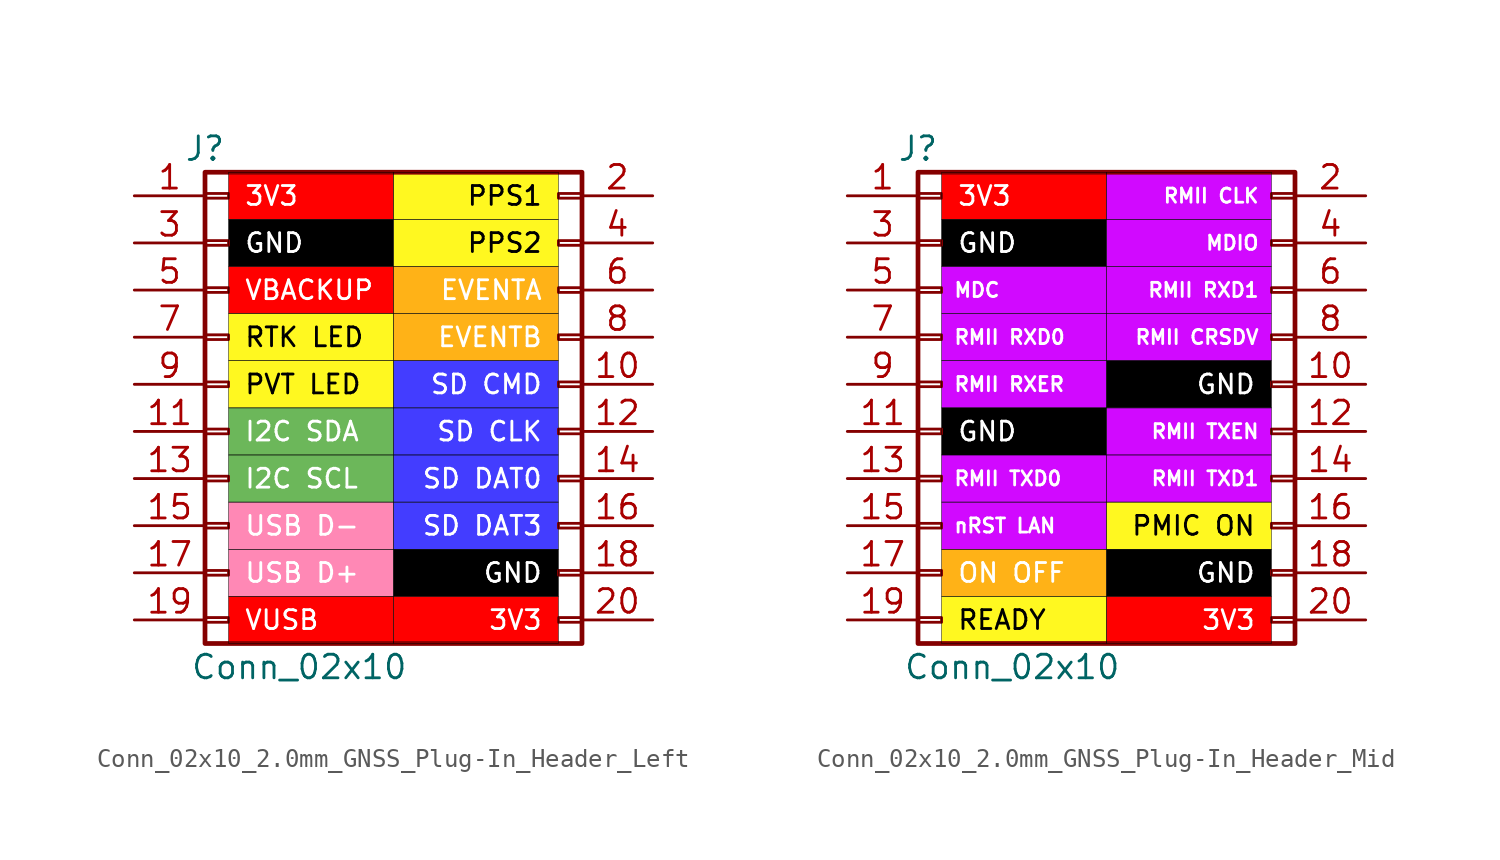
<source format=kicad_sym>
(kicad_symbol_lib
  (version 20231120)
  (generator "kicad_symbol_editor")
  (generator_version "8.0")
  (symbol "Conn_02x10_2.0mm_GNSS_Plug-In_Header_Left"
    (pin_names
      (offset 1.016) hide)
    (property "Reference" "J"
      (at -10.16 12.7 0)
      (effects (font (size 1.27 1.27))))
    (property "Value" "Conn_02x10"
      (at -5.08 -15.24 0)
      (effects (font (size 1.27 1.27))))
    (symbol "Conn_02x10_2.0mm_GNSS_Plug-In_Header_Left_1_1"
      (rectangle (start -10.16 -12.573) (end -8.89 -12.827) (stroke (width 0.152) (type default)) (fill (type none)))
      (rectangle (start -10.16 -10.033) (end -8.89 -10.287) (stroke (width 0.152) (type default)) (fill (type none)))
      (rectangle (start -10.16 -7.493) (end -8.89 -7.747) (stroke (width 0.152) (type default)) (fill (type none)))
      (rectangle (start -10.16 -4.953) (end -8.89 -5.207) (stroke (width 0.152) (type default)) (fill (type none)))
      (rectangle (start -10.16 -2.413) (end -8.89 -2.667) (stroke (width 0.152) (type default)) (fill (type none)))
      (rectangle (start -10.16 0.127) (end -8.89 -0.127) (stroke (width 0.152) (type default)) (fill (type none)))
      (rectangle (start -10.16 2.667) (end -8.89 2.413) (stroke (width 0.152) (type default)) (fill (type none)))
      (rectangle (start -10.16 5.207) (end -8.89 4.953) (stroke (width 0.152) (type default)) (fill (type none)))
      (rectangle (start -10.16 7.747) (end -8.89 7.493) (stroke (width 0.152) (type default)) (fill (type none)))
      (rectangle (start -10.16 10.287) (end -8.89 10.033) (stroke (width 0.152) (type default)) (fill (type none)))
      (rectangle (start -10.16 11.43) (end 10.16 -13.97) (stroke (width 0.254) (type default)) (fill (type none)))
      (rectangle (start 8.89 -12.573) (end 10.16 -12.827) (stroke (width 0.152) (type default)) (fill (type none)))
      (rectangle (start 8.89 -10.033) (end 10.16 -10.287) (stroke (width 0.152) (type default)) (fill (type none)))
      (rectangle (start 8.89 -7.493) (end 10.16 -7.747) (stroke (width 0.152) (type default)) (fill (type none)))
      (rectangle (start 8.89 -4.953) (end 10.16 -5.207) (stroke (width 0.152) (type default)) (fill (type none)))
      (rectangle (start 8.89 -2.413) (end 10.16 -2.667) (stroke (width 0.152) (type default)) (fill (type none)))
      (rectangle (start 8.89 0.127) (end 10.16 -0.127) (stroke (width 0.152) (type default)) (fill (type none)))
      (rectangle (start 8.89 2.667) (end 10.16 2.413) (stroke (width 0.152) (type default)) (fill (type none)))
      (rectangle (start 8.89 5.207) (end 10.16 4.953) (stroke (width 0.152) (type default)) (fill (type none)))
      (rectangle (start 8.89 7.747) (end 10.16 7.493) (stroke (width 0.152) (type default)) (fill (type none)))
      (rectangle (start 8.89 10.287) (end 10.16 10.033) (stroke (width 0.152) (type default)) (fill (type none)))
      (text_box "3V3" (at -8.89 11.43 0) (size 8.89 -2.54) (stroke (width 0.025) (type default) (color 0 0 1 1)) (fill (type color) (color 255 0 0 1)) (effects (font (size 1.016 1.016) (color 255 255 255 1)) (justify left)))
      (text_box "3V3" (at 0 -11.43 0) (size 8.89 -2.54) (stroke (width 0.025) (type default) (color 0 0 1 1)) (fill (type color) (color 255 0 0 1)) (effects (font (size 1.016 1.016) (color 255 255 255 1)) (justify right)))
      (text_box "EVENTA" (at 0 6.35 0) (size 8.89 -2.54) (stroke (width 0.025) (type default) (color 0 0 1 1)) (fill (type color) (color 255 178 23 1)) (effects (font (size 1.016 1.016) (color 255 255 255 1)) (justify right)))
      (text_box "EVENTB" (at 0 3.81 0) (size 8.89 -2.54) (stroke (width 0.025) (type default) (color 0 0 1 1)) (fill (type color) (color 255 178 23 1)) (effects (font (size 1.016 1.016) (color 255 255 255 1)) (justify right)))
      (text_box "GND" (at -8.89 8.89 0) (size 8.89 -2.54) (stroke (width 0.025) (type default) (color 0 0 1 1)) (fill (type color) (color 0 0 0 1)) (effects (font (size 1.016 1.016) (color 255 255 255 1)) (justify left)))
      (text_box "GND" (at 0 -8.89 0) (size 8.89 -2.54) (stroke (width 0.025) (type default) (color 0 0 1 1)) (fill (type color) (color 0 0 0 1)) (effects (font (size 1.016 1.016) (color 255 255 255 1)) (justify right)))
      (text_box "I2C SCL" (at -8.89 -3.81 0) (size 8.89 -2.54) (stroke (width 0.025) (type default) (color 0 0 1 1)) (fill (type color) (color 108 183 90 1)) (effects (font (size 1.016 1.016) (color 255 255 255 1)) (justify left)))
      (text_box "I2C SDA" (at -8.89 -1.27 0) (size 8.89 -2.54) (stroke (width 0.025) (type default) (color 0 0 1 1)) (fill (type color) (color 108 183 90 1)) (effects (font (size 1.016 1.016) (color 255 255 255 1)) (justify left)))
      (text_box "PPS1" (at 0 11.43 0) (size 8.89 -2.54) (stroke (width 0.025) (type default) (color 0 0 1 1)) (fill (type color) (color 255 248 32 1)) (effects (font (size 1.016 1.016) (color 0 0 0 1)) (justify right)))
      (text_box "PPS2" (at 0 8.89 0) (size 8.89 -2.54) (stroke (width 0.025) (type default) (color 0 0 1 1)) (fill (type color) (color 255 248 32 1)) (effects (font (size 1.016 1.016) (color 0 0 0 1)) (justify right)))
      (text_box "PVT LED" (at -8.89 1.27 0) (size 8.89 -2.54) (stroke (width 0.025) (type default) (color 0 0 1 1)) (fill (type color) (color 255 248 32 1)) (effects (font (size 1.016 1.016) (color 0 0 0 1)) (justify left)))
      (text_box "RTK LED" (at -8.89 3.81 0) (size 8.89 -2.54) (stroke (width 0.025) (type default) (color 0 0 1 1)) (fill (type color) (color 255 248 32 1)) (effects (font (size 1.016 1.016) (color 0 0 0 1)) (justify left)))
      (text_box "SD CLK" (at 0 -1.27 0) (size 8.89 -2.54) (stroke (width 0.025) (type default) (color 0 0 1 1)) (fill (type color) (color 67 61 255 1)) (effects (font (size 1.016 1.016) (color 255 255 255 1)) (justify right)))
      (text_box "SD CMD" (at 0 1.27 0) (size 8.89 -2.54) (stroke (width 0.025) (type default) (color 0 0 1 1)) (fill (type color) (color 67 61 255 1)) (effects (font (size 1.016 1.016) (color 255 255 255 1)) (justify right)))
      (text_box "SD DAT0" (at 0 -3.81 0) (size 8.89 -2.54) (stroke (width 0.025) (type default) (color 0 0 1 1)) (fill (type color) (color 67 61 255 1)) (effects (font (size 1.016 1.016) (color 255 255 255 1)) (justify right)))
      (text_box "SD DAT3" (at 0 -6.35 0) (size 8.89 -2.54) (stroke (width 0.025) (type default) (color 0 0 1 1)) (fill (type color) (color 67 61 255 1)) (effects (font (size 1.016 1.016) (color 255 255 255 1)) (justify right)))
      (text_box "USB D+" (at -8.89 -8.89 0) (size 8.89 -2.54) (stroke (width 0.025) (type default) (color 0 0 1 1)) (fill (type color) (color 255 136 181 1)) (effects (font (size 1.016 1.016) (color 255 255 255 1)) (justify left)))
      (text_box "USB D-" (at -8.89 -6.35 0) (size 8.89 -2.54) (stroke (width 0.025) (type default) (color 0 0 1 1)) (fill (type color) (color 255 136 181 1)) (effects (font (size 1.016 1.016) (color 255 255 255 1)) (justify left)))
      (text_box "VBACKUP" (at -8.89 6.35 0) (size 8.89 -2.54) (stroke (width 0.025) (type default) (color 0 0 1 1)) (fill (type color) (color 255 0 0 1)) (effects (font (size 1.016 1.016) (color 255 255 255 1)) (justify left)))
      (text_box "VUSB" (at -8.89 -11.43 0) (size 8.89 -2.54) (stroke (width 0.025) (type default) (color 0 0 1 1)) (fill (type color) (color 255 0 0 1)) (effects (font (size 1.016 1.016) (color 255 255 255 1)) (justify left)))
      (pin passive line (at -13.97 10.16 0) (length 3.81) (name "Pin_1" (effects (font (size 1.27 1.27)))) (number "1" (effects (font (size 1.27 1.27)))))
      (pin passive line (at 13.97 0 180) (length 3.81) (name "Pin_10" (effects (font (size 1.27 1.27)))) (number "10" (effects (font (size 1.27 1.27)))))
      (pin passive line (at -13.97 -2.54 0) (length 3.81) (name "Pin_1" (effects (font (size 1.27 1.27)))) (number "11" (effects (font (size 1.27 1.27)))))
      (pin passive line (at 13.97 -2.54 180) (length 3.81) (name "Pin_2" (effects (font (size 1.27 1.27)))) (number "12" (effects (font (size 1.27 1.27)))))
      (pin passive line (at -13.97 -5.08 0) (length 3.81) (name "Pin_1" (effects (font (size 1.27 1.27)))) (number "13" (effects (font (size 1.27 1.27)))))
      (pin passive line (at 13.97 -5.08 180) (length 3.81) (name "Pin_2" (effects (font (size 1.27 1.27)))) (number "14" (effects (font (size 1.27 1.27)))))
      (pin passive line (at -13.97 -7.62 0) (length 3.81) (name "Pin_1" (effects (font (size 1.27 1.27)))) (number "15" (effects (font (size 1.27 1.27)))))
      (pin passive line (at 13.97 -7.62 180) (length 3.81) (name "Pin_2" (effects (font (size 1.27 1.27)))) (number "16" (effects (font (size 1.27 1.27)))))
      (pin passive line (at -13.97 -10.16 0) (length 3.81) (name "Pin_1" (effects (font (size 1.27 1.27)))) (number "17" (effects (font (size 1.27 1.27)))))
      (pin passive line (at 13.97 -10.16 180) (length 3.81) (name "Pin_2" (effects (font (size 1.27 1.27)))) (number "18" (effects (font (size 1.27 1.27)))))
      (pin passive line (at -13.97 -12.7 0) (length 3.81) (name "Pin_1" (effects (font (size 1.27 1.27)))) (number "19" (effects (font (size 1.27 1.27)))))
      (pin passive line (at 13.97 10.16 180) (length 3.81) (name "Pin_2" (effects (font (size 1.27 1.27)))) (number "2" (effects (font (size 1.27 1.27)))))
      (pin passive line (at 13.97 -12.7 180) (length 3.81) (name "Pin_2" (effects (font (size 1.27 1.27)))) (number "20" (effects (font (size 1.27 1.27)))))
      (pin passive line (at -13.97 7.62 0) (length 3.81) (name "Pin_3" (effects (font (size 1.27 1.27)))) (number "3" (effects (font (size 1.27 1.27)))))
      (pin passive line (at 13.97 7.62 180) (length 3.81) (name "Pin_4" (effects (font (size 1.27 1.27)))) (number "4" (effects (font (size 1.27 1.27)))))
      (pin passive line (at -13.97 5.08 0) (length 3.81) (name "Pin_5" (effects (font (size 1.27 1.27)))) (number "5" (effects (font (size 1.27 1.27)))))
      (pin passive line (at 13.97 5.08 180) (length 3.81) (name "Pin_6" (effects (font (size 1.27 1.27)))) (number "6" (effects (font (size 1.27 1.27)))))
      (pin passive line (at -13.97 2.54 0) (length 3.81) (name "Pin_7" (effects (font (size 1.27 1.27)))) (number "7" (effects (font (size 1.27 1.27)))))
      (pin passive line (at 13.97 2.54 180) (length 3.81) (name "Pin_8" (effects (font (size 1.27 1.27)))) (number "8" (effects (font (size 1.27 1.27)))))
      (pin passive line (at -13.97 0 0) (length 3.81) (name "Pin_9" (effects (font (size 1.27 1.27)))) (number "9" (effects (font (size 1.27 1.27)))))))
  (symbol "Conn_02x10_2.0mm_GNSS_Plug-In_Header_Mid"
    (pin_names
      (offset 1.016) hide)
    (property "Reference" "J"
      (at -10.16 12.7 0)
      (effects (font (size 1.27 1.27))))
    (property "Value" "Conn_02x10"
      (at -5.08 -15.24 0)
      (effects (font (size 1.27 1.27))))
    (symbol "Conn_02x10_2.0mm_GNSS_Plug-In_Header_Mid_1_1"
      (rectangle (start -10.16 -12.573) (end -8.89 -12.827) (stroke (width 0.152) (type default)) (fill (type none)))
      (rectangle (start -10.16 -10.033) (end -8.89 -10.287) (stroke (width 0.152) (type default)) (fill (type none)))
      (rectangle (start -10.16 -7.493) (end -8.89 -7.747) (stroke (width 0.152) (type default)) (fill (type none)))
      (rectangle (start -10.16 -4.953) (end -8.89 -5.207) (stroke (width 0.152) (type default)) (fill (type none)))
      (rectangle (start -10.16 -2.413) (end -8.89 -2.667) (stroke (width 0.152) (type default)) (fill (type none)))
      (rectangle (start -10.16 0.127) (end -8.89 -0.127) (stroke (width 0.152) (type default)) (fill (type none)))
      (rectangle (start -10.16 2.667) (end -8.89 2.413) (stroke (width 0.152) (type default)) (fill (type none)))
      (rectangle (start -10.16 5.207) (end -8.89 4.953) (stroke (width 0.152) (type default)) (fill (type none)))
      (rectangle (start -10.16 7.747) (end -8.89 7.493) (stroke (width 0.152) (type default)) (fill (type none)))
      (rectangle (start -10.16 10.287) (end -8.89 10.033) (stroke (width 0.152) (type default)) (fill (type none)))
      (rectangle (start -10.16 11.43) (end 10.16 -13.97) (stroke (width 0.254) (type default)) (fill (type none)))
      (rectangle (start 8.89 -12.573) (end 10.16 -12.827) (stroke (width 0.152) (type default)) (fill (type none)))
      (rectangle (start 8.89 -10.033) (end 10.16 -10.287) (stroke (width 0.152) (type default)) (fill (type none)))
      (rectangle (start 8.89 -7.493) (end 10.16 -7.747) (stroke (width 0.152) (type default)) (fill (type none)))
      (rectangle (start 8.89 -4.953) (end 10.16 -5.207) (stroke (width 0.152) (type default)) (fill (type none)))
      (rectangle (start 8.89 -2.413) (end 10.16 -2.667) (stroke (width 0.152) (type default)) (fill (type none)))
      (rectangle (start 8.89 0.127) (end 10.16 -0.127) (stroke (width 0.152) (type default)) (fill (type none)))
      (rectangle (start 8.89 2.667) (end 10.16 2.413) (stroke (width 0.152) (type default)) (fill (type none)))
      (rectangle (start 8.89 5.207) (end 10.16 4.953) (stroke (width 0.152) (type default)) (fill (type none)))
      (rectangle (start 8.89 7.747) (end 10.16 7.493) (stroke (width 0.152) (type default)) (fill (type none)))
      (rectangle (start 8.89 10.287) (end 10.16 10.033) (stroke (width 0.152) (type default)) (fill (type none)))
      (text_box "3V3" (at -8.89 11.43 0) (size 8.89 -2.54) (stroke (width 0.025) (type default) (color 0 0 1 1)) (fill (type color) (color 255 0 0 1)) (effects (font (size 1.016 1.016) (color 255 255 255 1)) (justify left)))
      (text_box "3V3" (at 0 -11.43 0) (size 8.89 -2.54) (stroke (width 0.025) (type default) (color 0 0 1 1)) (fill (type color) (color 255 0 0 1)) (effects (font (size 1.016 1.016) (color 255 255 255 1)) (justify right)))
      (text_box "GND" (at -8.89 -1.27 0) (size 8.89 -2.54) (stroke (width 0.025) (type default) (color 0 0 1 1)) (fill (type color) (color 0 0 0 1)) (effects (font (size 1.016 1.016) (color 255 255 255 1)) (justify left)))
      (text_box "GND" (at -8.89 8.89 0) (size 8.89 -2.54) (stroke (width 0.025) (type default) (color 0 0 1 1)) (fill (type color) (color 0 0 0 1)) (effects (font (size 1.016 1.016) (color 255 255 255 1)) (justify left)))
      (text_box "GND" (at 0 -8.89 0) (size 8.89 -2.54) (stroke (width 0.025) (type default) (color 0 0 1 1)) (fill (type color) (color 0 0 0 1)) (effects (font (size 1.016 1.016) (color 255 255 255 1)) (justify right)))
      (text_box "GND" (at 0 1.27 0) (size 8.89 -2.54) (stroke (width 0.025) (type default) (color 0 0 1 1)) (fill (type color) (color 0 0 0 1)) (effects (font (size 1.016 1.016) (color 255 255 255 1)) (justify right)))
      (text_box "MDC" (at -8.89 6.35 0) (size 8.89 -2.54) (stroke (width 0.025) (type default) (color 0 0 1 1)) (fill (type color) (color 209 9 255 1)) (effects (font (size 0.762 0.762) (color 255 255 255 1)) (justify left)))
      (text_box "MDIO" (at 0 8.89 0) (size 8.89 -2.54) (stroke (width 0.025) (type default) (color 0 0 1 1)) (fill (type color) (color 209 9 255 1)) (effects (font (size 0.762 0.762) (color 255 255 255 1)) (justify right)))
      (text_box "nRST LAN" (at -8.89 -6.35 0) (size 8.89 -2.54) (stroke (width 0.025) (type default) (color 0 0 1 1)) (fill (type color) (color 209 9 255 1)) (effects (font (size 0.762 0.762) (color 255 255 255 1)) (justify left)))
      (text_box "ON OFF" (at -8.89 -8.89 0) (size 8.89 -2.54) (stroke (width 0.025) (type default) (color 0 0 1 1)) (fill (type color) (color 255 178 23 1)) (effects (font (size 1.016 1.016) (color 255 255 255 1)) (justify left)))
      (text_box "PMIC ON" (at 0 -6.35 0) (size 8.89 -2.54) (stroke (width 0.025) (type default) (color 0 0 1 1)) (fill (type color) (color 255 248 32 1)) (effects (font (size 1.016 1.016) (color 0 0 0 1)) (justify right)))
      (text_box "READY" (at -8.89 -11.43 0) (size 8.89 -2.54) (stroke (width 0.025) (type default) (color 0 0 1 1)) (fill (type color) (color 255 248 32 1)) (effects (font (size 1.016 1.016) (color 0 0 0 1)) (justify left)))
      (text_box "RMII CLK" (at 0 11.43 0) (size 8.89 -2.54) (stroke (width 0.025) (type default) (color 0 0 1 1)) (fill (type color) (color 209 9 255 1)) (effects (font (size 0.762 0.762) (color 255 255 255 1)) (justify right)))
      (text_box "RMII CRSDV" (at 0 3.81 0) (size 8.89 -2.54) (stroke (width 0.025) (type default) (color 0 0 1 1)) (fill (type color) (color 209 9 255 1)) (effects (font (size 0.762 0.762) (color 255 255 255 1)) (justify right)))
      (text_box "RMII RXD0" (at -8.89 3.81 0) (size 8.89 -2.54) (stroke (width 0.025) (type default) (color 0 0 1 1)) (fill (type color) (color 209 9 255 1)) (effects (font (size 0.762 0.762) (color 255 255 255 1)) (justify left)))
      (text_box "RMII RXD1" (at 0 6.35 0) (size 8.89 -2.54) (stroke (width 0.025) (type default) (color 0 0 1 1)) (fill (type color) (color 209 9 255 1)) (effects (font (size 0.762 0.762) (color 255 255 255 1)) (justify right)))
      (text_box "RMII RXER" (at -8.89 1.27 0) (size 8.89 -2.54) (stroke (width 0.025) (type default) (color 0 0 1 1)) (fill (type color) (color 209 9 255 1)) (effects (font (size 0.762 0.762) (color 255 255 255 1)) (justify left)))
      (text_box "RMII TXD0" (at -8.89 -3.81 0) (size 8.89 -2.54) (stroke (width 0.025) (type default) (color 0 0 1 1)) (fill (type color) (color 209 9 255 1)) (effects (font (size 0.762 0.762) (color 255 255 255 1)) (justify left)))
      (text_box "RMII TXD1" (at 0 -3.81 0) (size 8.89 -2.54) (stroke (width 0.025) (type default) (color 0 0 1 1)) (fill (type color) (color 209 9 255 1)) (effects (font (size 0.762 0.762) (color 255 255 255 1)) (justify right)))
      (text_box "RMII TXEN" (at 0 -1.27 0) (size 8.89 -2.54) (stroke (width 0.025) (type default) (color 0 0 1 1)) (fill (type color) (color 209 9 255 1)) (effects (font (size 0.762 0.762) (color 255 255 255 1)) (justify right)))
      (pin passive line (at -13.97 10.16 0) (length 3.81) (name "Pin_1" (effects (font (size 1.27 1.27)))) (number "1" (effects (font (size 1.27 1.27)))))
      (pin passive line (at 13.97 0 180) (length 3.81) (name "Pin_10" (effects (font (size 1.27 1.27)))) (number "10" (effects (font (size 1.27 1.27)))))
      (pin passive line (at -13.97 -2.54 0) (length 3.81) (name "Pin_1" (effects (font (size 1.27 1.27)))) (number "11" (effects (font (size 1.27 1.27)))))
      (pin passive line (at 13.97 -2.54 180) (length 3.81) (name "Pin_2" (effects (font (size 1.27 1.27)))) (number "12" (effects (font (size 1.27 1.27)))))
      (pin passive line (at -13.97 -5.08 0) (length 3.81) (name "Pin_1" (effects (font (size 1.27 1.27)))) (number "13" (effects (font (size 1.27 1.27)))))
      (pin passive line (at 13.97 -5.08 180) (length 3.81) (name "Pin_2" (effects (font (size 1.27 1.27)))) (number "14" (effects (font (size 1.27 1.27)))))
      (pin passive line (at -13.97 -7.62 0) (length 3.81) (name "Pin_1" (effects (font (size 1.27 1.27)))) (number "15" (effects (font (size 1.27 1.27)))))
      (pin passive line (at 13.97 -7.62 180) (length 3.81) (name "Pin_2" (effects (font (size 1.27 1.27)))) (number "16" (effects (font (size 1.27 1.27)))))
      (pin passive line (at -13.97 -10.16 0) (length 3.81) (name "Pin_1" (effects (font (size 1.27 1.27)))) (number "17" (effects (font (size 1.27 1.27)))))
      (pin passive line (at 13.97 -10.16 180) (length 3.81) (name "Pin_2" (effects (font (size 1.27 1.27)))) (number "18" (effects (font (size 1.27 1.27)))))
      (pin passive line (at -13.97 -12.7 0) (length 3.81) (name "Pin_1" (effects (font (size 1.27 1.27)))) (number "19" (effects (font (size 1.27 1.27)))))
      (pin passive line (at 13.97 10.16 180) (length 3.81) (name "Pin_2" (effects (font (size 1.27 1.27)))) (number "2" (effects (font (size 1.27 1.27)))))
      (pin passive line (at 13.97 -12.7 180) (length 3.81) (name "Pin_2" (effects (font (size 1.27 1.27)))) (number "20" (effects (font (size 1.27 1.27)))))
      (pin passive line (at -13.97 7.62 0) (length 3.81) (name "Pin_3" (effects (font (size 1.27 1.27)))) (number "3" (effects (font (size 1.27 1.27)))))
      (pin passive line (at 13.97 7.62 180) (length 3.81) (name "Pin_4" (effects (font (size 1.27 1.27)))) (number "4" (effects (font (size 1.27 1.27)))))
      (pin passive line (at -13.97 5.08 0) (length 3.81) (name "Pin_5" (effects (font (size 1.27 1.27)))) (number "5" (effects (font (size 1.27 1.27)))))
      (pin passive line (at 13.97 5.08 180) (length 3.81) (name "Pin_6" (effects (font (size 1.27 1.27)))) (number "6" (effects (font (size 1.27 1.27)))))
      (pin passive line (at -13.97 2.54 0) (length 3.81) (name "Pin_7" (effects (font (size 1.27 1.27)))) (number "7" (effects (font (size 1.27 1.27)))))
      (pin passive line (at 13.97 2.54 180) (length 3.81) (name "Pin_8" (effects (font (size 1.27 1.27)))) (number "8" (effects (font (size 1.27 1.27)))))
      (pin passive line (at -13.97 0 0) (length 3.81) (name "Pin_9" (effects (font (size 1.27 1.27)))) (number "9" (effects (font (size 1.27 1.27))))))))
</source>
